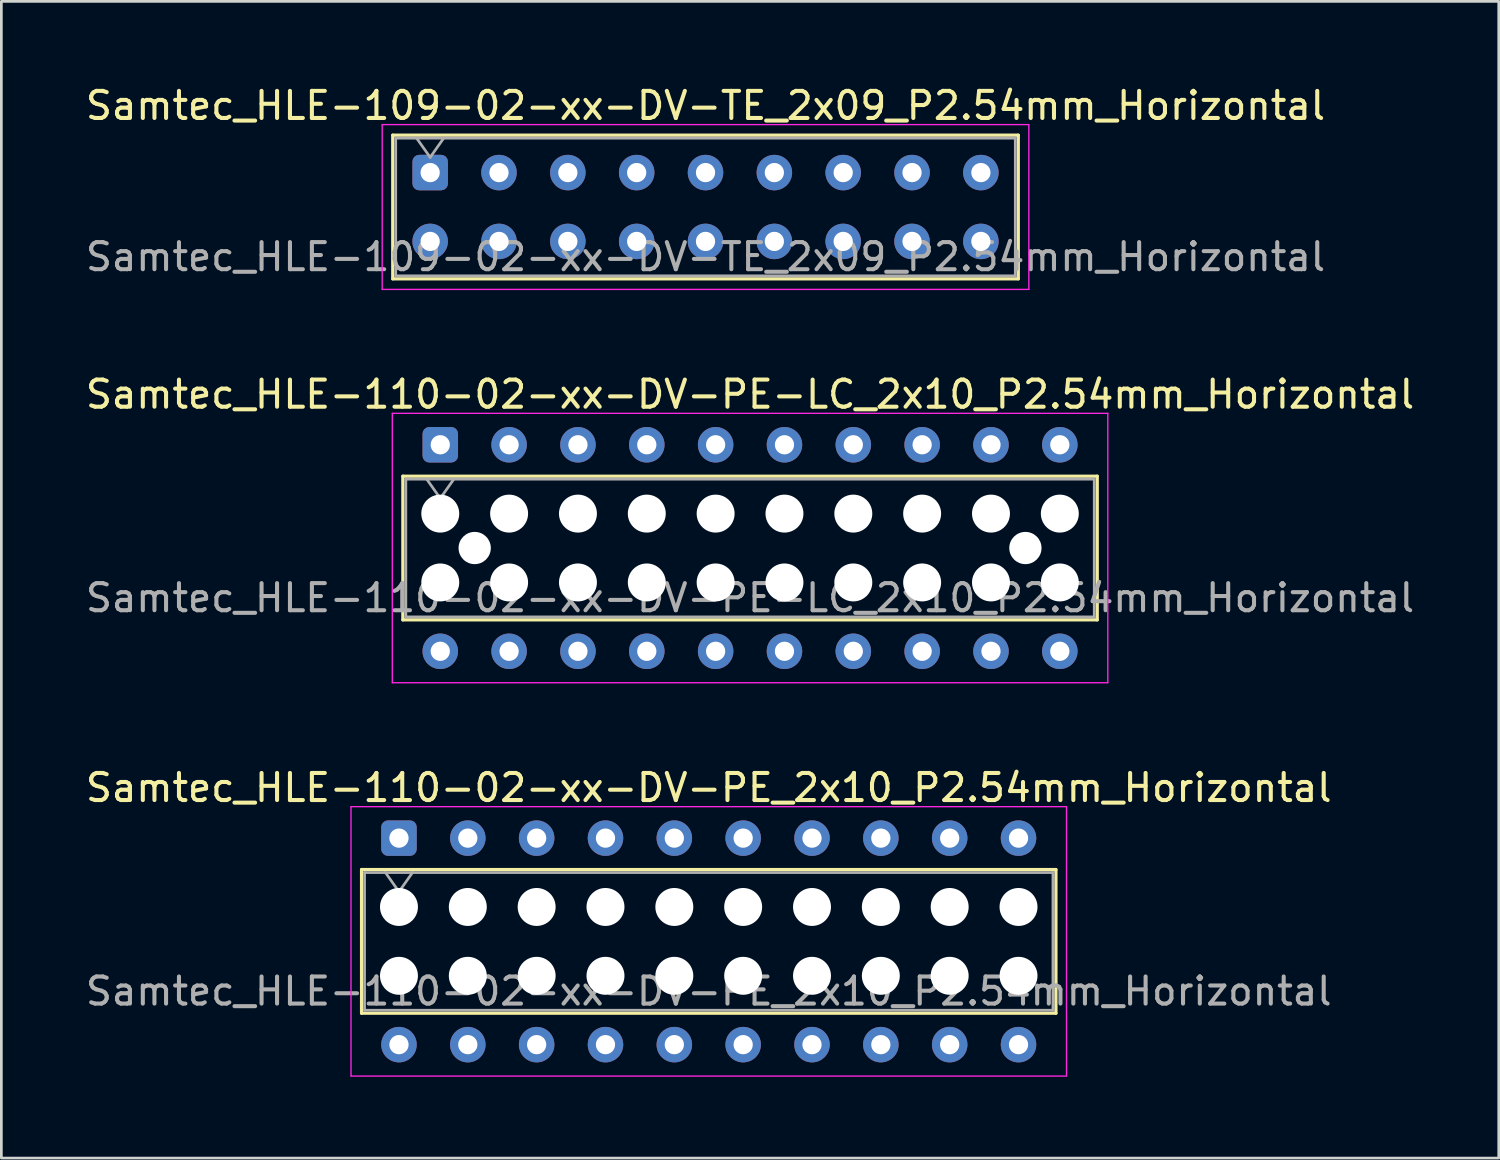
<source format=kicad_pcb>
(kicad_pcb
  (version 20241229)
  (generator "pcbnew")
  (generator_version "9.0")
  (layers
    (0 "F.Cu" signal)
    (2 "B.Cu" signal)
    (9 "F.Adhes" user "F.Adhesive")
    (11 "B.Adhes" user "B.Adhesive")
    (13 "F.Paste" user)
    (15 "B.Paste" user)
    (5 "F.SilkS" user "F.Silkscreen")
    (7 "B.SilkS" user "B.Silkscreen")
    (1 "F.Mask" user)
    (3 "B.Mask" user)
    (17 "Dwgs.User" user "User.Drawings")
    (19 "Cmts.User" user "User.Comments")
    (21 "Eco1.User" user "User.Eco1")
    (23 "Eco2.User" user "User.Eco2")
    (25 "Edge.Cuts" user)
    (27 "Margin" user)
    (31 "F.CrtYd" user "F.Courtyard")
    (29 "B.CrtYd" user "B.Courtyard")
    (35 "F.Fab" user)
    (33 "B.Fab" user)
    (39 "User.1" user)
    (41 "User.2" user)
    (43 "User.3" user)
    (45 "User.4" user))
  (footprint "Samtec_HLE-110-02-xx-DV-PE-LC_2x10_P2.54mm_Horizontal"
    (layer "F.Cu")
    (at 13.195 13.361)
    (property "Reference" "Samtec_HLE-110-02-xx-DV-PE-LC_2x10_P2.54mm_Horizontal" (at 11.43 -1.86 0) (layer "F.SilkS") (effects (font (size 1 1) (thickness 0.15))))
    (attr through_hole)
    (fp_line (start -1.38 1.16) (end 24.24 1.16) (stroke (width 0.12) (type solid)) (layer "F.SilkS"))
    (fp_line (start -1.38 6.46) (end -1.38 1.16) (stroke (width 0.12) (type solid)) (layer "F.SilkS"))
    (fp_line (start 24.24 1.16) (end 24.24 6.46) (stroke (width 0.12) (type solid)) (layer "F.SilkS"))
    (fp_line (start 24.24 6.46) (end -1.38 6.46) (stroke (width 0.12) (type solid)) (layer "F.SilkS"))
    (fp_line (start -1.77 -1.16) (end 24.63 -1.16) (stroke (width 0.05) (type solid)) (layer "F.CrtYd"))
    (fp_line (start -1.77 8.78) (end -1.77 -1.16) (stroke (width 0.05) (type solid)) (layer "F.CrtYd"))
    (fp_line (start 24.63 -1.16) (end 24.63 8.78) (stroke (width 0.05) (type solid)) (layer "F.CrtYd"))
    (fp_line (start 24.63 8.78) (end -1.77 8.78) (stroke (width 0.05) (type solid)) (layer "F.CrtYd"))
    (fp_line (start -1.27 1.27) (end 24.13 1.27) (stroke (width 0.1) (type solid)) (layer "F.Fab"))
    (fp_line (start -1.27 6.35) (end -1.27 1.27) (stroke (width 0.1) (type solid)) (layer "F.Fab"))
    (fp_line (start -0.5 1.27) (end 0 1.977) (stroke (width 0.1) (type solid)) (layer "F.Fab"))
    (fp_line (start 0 1.977) (end 0.5 1.27) (stroke (width 0.1) (type solid)) (layer "F.Fab"))
    (fp_line (start 24.13 1.27) (end 24.13 6.35) (stroke (width 0.1) (type solid)) (layer "F.Fab"))
    (fp_line (start 24.13 6.35) (end -1.27 6.35) (stroke (width 0.1) (type solid)) (layer "F.Fab"))
    (fp_text user "${REFERENCE}" (at 11.43 5.65 0) (layer "F.Fab") (effects (font (size 1 1) (thickness 0.15))))
    (pad "" np_thru_hole circle (at 0 2.54) (size 1.4 1.4) (drill 1.4) (layers "*.Cu" "*.Mask"))
    (pad "" np_thru_hole circle (at 0 5.08) (size 1.4 1.4) (drill 1.4) (layers "*.Cu" "*.Mask"))
    (pad "" np_thru_hole circle (at 1.27 3.81) (size 1.19 1.19) (drill 1.19) (layers "*.Cu" "*.Mask"))
    (pad "" np_thru_hole circle (at 2.54 2.54) (size 1.4 1.4) (drill 1.4) (layers "*.Cu" "*.Mask"))
    (pad "" np_thru_hole circle (at 2.54 5.08) (size 1.4 1.4) (drill 1.4) (layers "*.Cu" "*.Mask"))
    (pad "" np_thru_hole circle (at 5.08 2.54) (size 1.4 1.4) (drill 1.4) (layers "*.Cu" "*.Mask"))
    (pad "" np_thru_hole circle (at 5.08 5.08) (size 1.4 1.4) (drill 1.4) (layers "*.Cu" "*.Mask"))
    (pad "" np_thru_hole circle (at 7.62 2.54) (size 1.4 1.4) (drill 1.4) (layers "*.Cu" "*.Mask"))
    (pad "" np_thru_hole circle (at 7.62 5.08) (size 1.4 1.4) (drill 1.4) (layers "*.Cu" "*.Mask"))
    (pad "" np_thru_hole circle (at 10.16 2.54) (size 1.4 1.4) (drill 1.4) (layers "*.Cu" "*.Mask"))
    (pad "" np_thru_hole circle (at 10.16 5.08) (size 1.4 1.4) (drill 1.4) (layers "*.Cu" "*.Mask"))
    (pad "" np_thru_hole circle (at 12.7 2.54) (size 1.4 1.4) (drill 1.4) (layers "*.Cu" "*.Mask"))
    (pad "" np_thru_hole circle (at 12.7 5.08) (size 1.4 1.4) (drill 1.4) (layers "*.Cu" "*.Mask"))
    (pad "" np_thru_hole circle (at 15.24 2.54) (size 1.4 1.4) (drill 1.4) (layers "*.Cu" "*.Mask"))
    (pad "" np_thru_hole circle (at 15.24 5.08) (size 1.4 1.4) (drill 1.4) (layers "*.Cu" "*.Mask"))
    (pad "" np_thru_hole circle (at 17.78 2.54) (size 1.4 1.4) (drill 1.4) (layers "*.Cu" "*.Mask"))
    (pad "" np_thru_hole circle (at 17.78 5.08) (size 1.4 1.4) (drill 1.4) (layers "*.Cu" "*.Mask"))
    (pad "" np_thru_hole circle (at 20.32 2.54) (size 1.4 1.4) (drill 1.4) (layers "*.Cu" "*.Mask"))
    (pad "" np_thru_hole circle (at 20.32 5.08) (size 1.4 1.4) (drill 1.4) (layers "*.Cu" "*.Mask"))
    (pad "" np_thru_hole circle (at 21.59 3.81) (size 1.19 1.19) (drill 1.19) (layers "*.Cu" "*.Mask"))
    (pad "" np_thru_hole circle (at 22.86 2.54) (size 1.4 1.4) (drill 1.4) (layers "*.Cu" "*.Mask"))
    (pad "" np_thru_hole circle (at 22.86 5.08) (size 1.4 1.4) (drill 1.4) (layers "*.Cu" "*.Mask"))
    (pad "1" thru_hole roundrect (at 0 0) (size 1.31 1.31) (drill 0.71) (layers "*.Cu" "*.Mask") (roundrect_rratio 0.191))
    (pad "2" thru_hole circle (at 0 7.62) (size 1.31 1.31) (drill 0.71) (layers "*.Cu" "*.Mask"))
    (pad "3" thru_hole circle (at 2.54 0) (size 1.31 1.31) (drill 0.71) (layers "*.Cu" "*.Mask"))
    (pad "4" thru_hole circle (at 2.54 7.62) (size 1.31 1.31) (drill 0.71) (layers "*.Cu" "*.Mask"))
    (pad "5" thru_hole circle (at 5.08 0) (size 1.31 1.31) (drill 0.71) (layers "*.Cu" "*.Mask"))
    (pad "6" thru_hole circle (at 5.08 7.62) (size 1.31 1.31) (drill 0.71) (layers "*.Cu" "*.Mask"))
    (pad "7" thru_hole circle (at 7.62 0) (size 1.31 1.31) (drill 0.71) (layers "*.Cu" "*.Mask"))
    (pad "8" thru_hole circle (at 7.62 7.62) (size 1.31 1.31) (drill 0.71) (layers "*.Cu" "*.Mask"))
    (pad "9" thru_hole circle (at 10.16 0) (size 1.31 1.31) (drill 0.71) (layers "*.Cu" "*.Mask"))
    (pad "10" thru_hole circle (at 10.16 7.62) (size 1.31 1.31) (drill 0.71) (layers "*.Cu" "*.Mask"))
    (pad "11" thru_hole circle (at 12.7 0) (size 1.31 1.31) (drill 0.71) (layers "*.Cu" "*.Mask"))
    (pad "12" thru_hole circle (at 12.7 7.62) (size 1.31 1.31) (drill 0.71) (layers "*.Cu" "*.Mask"))
    (pad "13" thru_hole circle (at 15.24 0) (size 1.31 1.31) (drill 0.71) (layers "*.Cu" "*.Mask"))
    (pad "14" thru_hole circle (at 15.24 7.62) (size 1.31 1.31) (drill 0.71) (layers "*.Cu" "*.Mask"))
    (pad "15" thru_hole circle (at 17.78 0) (size 1.31 1.31) (drill 0.71) (layers "*.Cu" "*.Mask"))
    (pad "16" thru_hole circle (at 17.78 7.62) (size 1.31 1.31) (drill 0.71) (layers "*.Cu" "*.Mask"))
    (pad "17" thru_hole circle (at 20.32 0) (size 1.31 1.31) (drill 0.71) (layers "*.Cu" "*.Mask"))
    (pad "18" thru_hole circle (at 20.32 7.62) (size 1.31 1.31) (drill 0.71) (layers "*.Cu" "*.Mask"))
    (pad "19" thru_hole circle (at 22.86 0) (size 1.31 1.31) (drill 0.71) (layers "*.Cu" "*.Mask"))
    (pad "20" thru_hole circle (at 22.86 7.62) (size 1.31 1.31) (drill 0.71) (layers "*.Cu" "*.Mask")))
  (footprint "Samtec_HLE-109-02-xx-DV-TE_2x09_P2.54mm_Horizontal"
    (layer "F.Cu")
    (at 12.822 3.318)
    (property "Reference" "Samtec_HLE-109-02-xx-DV-TE_2x09_P2.54mm_Horizontal" (at 10.16 -2.47 0) (layer "F.SilkS") (effects (font (size 1 1) (thickness 0.15))))
    (attr through_hole)
    (fp_line (start -1.38 -1.38) (end 21.7 -1.38) (stroke (width 0.12) (type solid)) (layer "F.SilkS"))
    (fp_line (start -1.38 3.92) (end -1.38 -1.38) (stroke (width 0.12) (type solid)) (layer "F.SilkS"))
    (fp_line (start 21.7 -1.38) (end 21.7 3.92) (stroke (width 0.12) (type solid)) (layer "F.SilkS"))
    (fp_line (start 21.7 3.92) (end -1.38 3.92) (stroke (width 0.12) (type solid)) (layer "F.SilkS"))
    (fp_line (start -1.77 -1.77) (end 22.09 -1.77) (stroke (width 0.05) (type solid)) (layer "F.CrtYd"))
    (fp_line (start -1.77 4.31) (end -1.77 -1.77) (stroke (width 0.05) (type solid)) (layer "F.CrtYd"))
    (fp_line (start 22.09 -1.77) (end 22.09 4.31) (stroke (width 0.05) (type solid)) (layer "F.CrtYd"))
    (fp_line (start 22.09 4.31) (end -1.77 4.31) (stroke (width 0.05) (type solid)) (layer "F.CrtYd"))
    (fp_line (start -1.27 -1.27) (end 21.59 -1.27) (stroke (width 0.1) (type solid)) (layer "F.Fab"))
    (fp_line (start -1.27 3.81) (end -1.27 -1.27) (stroke (width 0.1) (type solid)) (layer "F.Fab"))
    (fp_line (start -0.5 -1.27) (end 0 -0.563) (stroke (width 0.1) (type solid)) (layer "F.Fab"))
    (fp_line (start 0 -0.563) (end 0.5 -1.27) (stroke (width 0.1) (type solid)) (layer "F.Fab"))
    (fp_line (start 21.59 -1.27) (end 21.59 3.81) (stroke (width 0.1) (type solid)) (layer "F.Fab"))
    (fp_line (start 21.59 3.81) (end -1.27 3.81) (stroke (width 0.1) (type solid)) (layer "F.Fab"))
    (fp_text user "${REFERENCE}" (at 10.16 3.11 0) (layer "F.Fab") (effects (font (size 1 1) (thickness 0.15))))
    (pad "1" thru_hole roundrect (at 0 0) (size 1.31 1.31) (drill 0.71) (layers "*.Cu" "*.Mask") (roundrect_rratio 0.191))
    (pad "2" thru_hole circle (at 0 2.54) (size 1.31 1.31) (drill 0.71) (layers "*.Cu" "*.Mask"))
    (pad "3" thru_hole circle (at 2.54 0) (size 1.31 1.31) (drill 0.71) (layers "*.Cu" "*.Mask"))
    (pad "4" thru_hole circle (at 2.54 2.54) (size 1.31 1.31) (drill 0.71) (layers "*.Cu" "*.Mask"))
    (pad "5" thru_hole circle (at 5.08 0) (size 1.31 1.31) (drill 0.71) (layers "*.Cu" "*.Mask"))
    (pad "6" thru_hole circle (at 5.08 2.54) (size 1.31 1.31) (drill 0.71) (layers "*.Cu" "*.Mask"))
    (pad "7" thru_hole circle (at 7.62 0) (size 1.31 1.31) (drill 0.71) (layers "*.Cu" "*.Mask"))
    (pad "8" thru_hole circle (at 7.62 2.54) (size 1.31 1.31) (drill 0.71) (layers "*.Cu" "*.Mask"))
    (pad "9" thru_hole circle (at 10.16 0) (size 1.31 1.31) (drill 0.71) (layers "*.Cu" "*.Mask"))
    (pad "10" thru_hole circle (at 10.16 2.54) (size 1.31 1.31) (drill 0.71) (layers "*.Cu" "*.Mask"))
    (pad "11" thru_hole circle (at 12.7 0) (size 1.31 1.31) (drill 0.71) (layers "*.Cu" "*.Mask"))
    (pad "12" thru_hole circle (at 12.7 2.54) (size 1.31 1.31) (drill 0.71) (layers "*.Cu" "*.Mask"))
    (pad "13" thru_hole circle (at 15.24 0) (size 1.31 1.31) (drill 0.71) (layers "*.Cu" "*.Mask"))
    (pad "14" thru_hole circle (at 15.24 2.54) (size 1.31 1.31) (drill 0.71) (layers "*.Cu" "*.Mask"))
    (pad "15" thru_hole circle (at 17.78 0) (size 1.31 1.31) (drill 0.71) (layers "*.Cu" "*.Mask"))
    (pad "16" thru_hole circle (at 17.78 2.54) (size 1.31 1.31) (drill 0.71) (layers "*.Cu" "*.Mask"))
    (pad "17" thru_hole circle (at 20.32 0) (size 1.31 1.31) (drill 0.71) (layers "*.Cu" "*.Mask"))
    (pad "18" thru_hole circle (at 20.32 2.54) (size 1.31 1.31) (drill 0.71) (layers "*.Cu" "*.Mask")))
  (footprint "Samtec_HLE-110-02-xx-DV-PE_2x10_P2.54mm_Horizontal"
    (layer "F.Cu")
    (at 11.671 27.875)
    (property "Reference" "Samtec_HLE-110-02-xx-DV-PE_2x10_P2.54mm_Horizontal" (at 11.43 -1.86 0) (layer "F.SilkS") (effects (font (size 1 1) (thickness 0.15))))
    (attr through_hole)
    (fp_line (start -1.38 1.16) (end 24.24 1.16) (stroke (width 0.12) (type solid)) (layer "F.SilkS"))
    (fp_line (start -1.38 6.46) (end -1.38 1.16) (stroke (width 0.12) (type solid)) (layer "F.SilkS"))
    (fp_line (start 24.24 1.16) (end 24.24 6.46) (stroke (width 0.12) (type solid)) (layer "F.SilkS"))
    (fp_line (start 24.24 6.46) (end -1.38 6.46) (stroke (width 0.12) (type solid)) (layer "F.SilkS"))
    (fp_line (start -1.77 -1.16) (end 24.63 -1.16) (stroke (width 0.05) (type solid)) (layer "F.CrtYd"))
    (fp_line (start -1.77 8.78) (end -1.77 -1.16) (stroke (width 0.05) (type solid)) (layer "F.CrtYd"))
    (fp_line (start 24.63 -1.16) (end 24.63 8.78) (stroke (width 0.05) (type solid)) (layer "F.CrtYd"))
    (fp_line (start 24.63 8.78) (end -1.77 8.78) (stroke (width 0.05) (type solid)) (layer "F.CrtYd"))
    (fp_line (start -1.27 1.27) (end 24.13 1.27) (stroke (width 0.1) (type solid)) (layer "F.Fab"))
    (fp_line (start -1.27 6.35) (end -1.27 1.27) (stroke (width 0.1) (type solid)) (layer "F.Fab"))
    (fp_line (start -0.5 1.27) (end 0 1.977) (stroke (width 0.1) (type solid)) (layer "F.Fab"))
    (fp_line (start 0 1.977) (end 0.5 1.27) (stroke (width 0.1) (type solid)) (layer "F.Fab"))
    (fp_line (start 24.13 1.27) (end 24.13 6.35) (stroke (width 0.1) (type solid)) (layer "F.Fab"))
    (fp_line (start 24.13 6.35) (end -1.27 6.35) (stroke (width 0.1) (type solid)) (layer "F.Fab"))
    (fp_text user "${REFERENCE}" (at 11.43 5.65 0) (layer "F.Fab") (effects (font (size 1 1) (thickness 0.15))))
    (pad "" np_thru_hole circle (at 0 2.54) (size 1.4 1.4) (drill 1.4) (layers "*.Cu" "*.Mask"))
    (pad "" np_thru_hole circle (at 0 5.08) (size 1.4 1.4) (drill 1.4) (layers "*.Cu" "*.Mask"))
    (pad "" np_thru_hole circle (at 2.54 2.54) (size 1.4 1.4) (drill 1.4) (layers "*.Cu" "*.Mask"))
    (pad "" np_thru_hole circle (at 2.54 5.08) (size 1.4 1.4) (drill 1.4) (layers "*.Cu" "*.Mask"))
    (pad "" np_thru_hole circle (at 5.08 2.54) (size 1.4 1.4) (drill 1.4) (layers "*.Cu" "*.Mask"))
    (pad "" np_thru_hole circle (at 5.08 5.08) (size 1.4 1.4) (drill 1.4) (layers "*.Cu" "*.Mask"))
    (pad "" np_thru_hole circle (at 7.62 2.54) (size 1.4 1.4) (drill 1.4) (layers "*.Cu" "*.Mask"))
    (pad "" np_thru_hole circle (at 7.62 5.08) (size 1.4 1.4) (drill 1.4) (layers "*.Cu" "*.Mask"))
    (pad "" np_thru_hole circle (at 10.16 2.54) (size 1.4 1.4) (drill 1.4) (layers "*.Cu" "*.Mask"))
    (pad "" np_thru_hole circle (at 10.16 5.08) (size 1.4 1.4) (drill 1.4) (layers "*.Cu" "*.Mask"))
    (pad "" np_thru_hole circle (at 12.7 2.54) (size 1.4 1.4) (drill 1.4) (layers "*.Cu" "*.Mask"))
    (pad "" np_thru_hole circle (at 12.7 5.08) (size 1.4 1.4) (drill 1.4) (layers "*.Cu" "*.Mask"))
    (pad "" np_thru_hole circle (at 15.24 2.54) (size 1.4 1.4) (drill 1.4) (layers "*.Cu" "*.Mask"))
    (pad "" np_thru_hole circle (at 15.24 5.08) (size 1.4 1.4) (drill 1.4) (layers "*.Cu" "*.Mask"))
    (pad "" np_thru_hole circle (at 17.78 2.54) (size 1.4 1.4) (drill 1.4) (layers "*.Cu" "*.Mask"))
    (pad "" np_thru_hole circle (at 17.78 5.08) (size 1.4 1.4) (drill 1.4) (layers "*.Cu" "*.Mask"))
    (pad "" np_thru_hole circle (at 20.32 2.54) (size 1.4 1.4) (drill 1.4) (layers "*.Cu" "*.Mask"))
    (pad "" np_thru_hole circle (at 20.32 5.08) (size 1.4 1.4) (drill 1.4) (layers "*.Cu" "*.Mask"))
    (pad "" np_thru_hole circle (at 22.86 2.54) (size 1.4 1.4) (drill 1.4) (layers "*.Cu" "*.Mask"))
    (pad "" np_thru_hole circle (at 22.86 5.08) (size 1.4 1.4) (drill 1.4) (layers "*.Cu" "*.Mask"))
    (pad "1" thru_hole roundrect (at 0 0) (size 1.31 1.31) (drill 0.71) (layers "*.Cu" "*.Mask") (roundrect_rratio 0.191))
    (pad "2" thru_hole circle (at 0 7.62) (size 1.31 1.31) (drill 0.71) (layers "*.Cu" "*.Mask"))
    (pad "3" thru_hole circle (at 2.54 0) (size 1.31 1.31) (drill 0.71) (layers "*.Cu" "*.Mask"))
    (pad "4" thru_hole circle (at 2.54 7.62) (size 1.31 1.31) (drill 0.71) (layers "*.Cu" "*.Mask"))
    (pad "5" thru_hole circle (at 5.08 0) (size 1.31 1.31) (drill 0.71) (layers "*.Cu" "*.Mask"))
    (pad "6" thru_hole circle (at 5.08 7.62) (size 1.31 1.31) (drill 0.71) (layers "*.Cu" "*.Mask"))
    (pad "7" thru_hole circle (at 7.62 0) (size 1.31 1.31) (drill 0.71) (layers "*.Cu" "*.Mask"))
    (pad "8" thru_hole circle (at 7.62 7.62) (size 1.31 1.31) (drill 0.71) (layers "*.Cu" "*.Mask"))
    (pad "9" thru_hole circle (at 10.16 0) (size 1.31 1.31) (drill 0.71) (layers "*.Cu" "*.Mask"))
    (pad "10" thru_hole circle (at 10.16 7.62) (size 1.31 1.31) (drill 0.71) (layers "*.Cu" "*.Mask"))
    (pad "11" thru_hole circle (at 12.7 0) (size 1.31 1.31) (drill 0.71) (layers "*.Cu" "*.Mask"))
    (pad "12" thru_hole circle (at 12.7 7.62) (size 1.31 1.31) (drill 0.71) (layers "*.Cu" "*.Mask"))
    (pad "13" thru_hole circle (at 15.24 0) (size 1.31 1.31) (drill 0.71) (layers "*.Cu" "*.Mask"))
    (pad "14" thru_hole circle (at 15.24 7.62) (size 1.31 1.31) (drill 0.71) (layers "*.Cu" "*.Mask"))
    (pad "15" thru_hole circle (at 17.78 0) (size 1.31 1.31) (drill 0.71) (layers "*.Cu" "*.Mask"))
    (pad "16" thru_hole circle (at 17.78 7.62) (size 1.31 1.31) (drill 0.71) (layers "*.Cu" "*.Mask"))
    (pad "17" thru_hole circle (at 20.32 0) (size 1.31 1.31) (drill 0.71) (layers "*.Cu" "*.Mask"))
    (pad "18" thru_hole circle (at 20.32 7.62) (size 1.31 1.31) (drill 0.71) (layers "*.Cu" "*.Mask"))
    (pad "19" thru_hole circle (at 22.86 0) (size 1.31 1.31) (drill 0.71) (layers "*.Cu" "*.Mask"))
    (pad "20" thru_hole circle (at 22.86 7.62) (size 1.31 1.31) (drill 0.71) (layers "*.Cu" "*.Mask")))
  (gr_rect
    (start -3 -3)
    (end 52.25 39.68)
    (stroke (width 0.1) (type default))
    (fill no)
    (layer "Edge.Cuts")))
</source>
